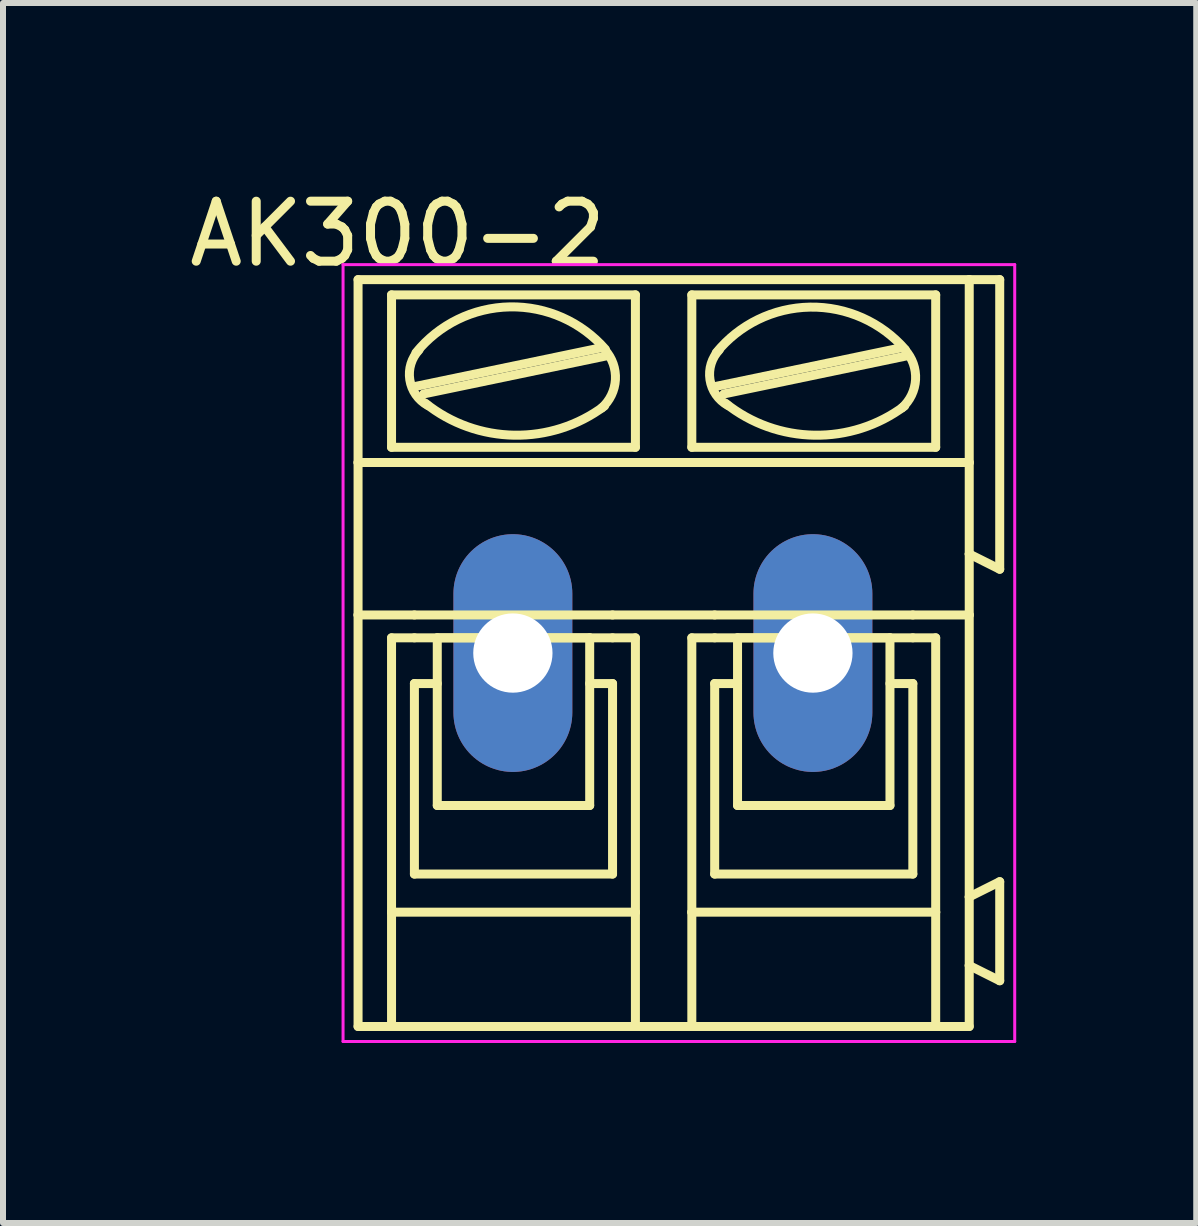
<source format=kicad_pcb>
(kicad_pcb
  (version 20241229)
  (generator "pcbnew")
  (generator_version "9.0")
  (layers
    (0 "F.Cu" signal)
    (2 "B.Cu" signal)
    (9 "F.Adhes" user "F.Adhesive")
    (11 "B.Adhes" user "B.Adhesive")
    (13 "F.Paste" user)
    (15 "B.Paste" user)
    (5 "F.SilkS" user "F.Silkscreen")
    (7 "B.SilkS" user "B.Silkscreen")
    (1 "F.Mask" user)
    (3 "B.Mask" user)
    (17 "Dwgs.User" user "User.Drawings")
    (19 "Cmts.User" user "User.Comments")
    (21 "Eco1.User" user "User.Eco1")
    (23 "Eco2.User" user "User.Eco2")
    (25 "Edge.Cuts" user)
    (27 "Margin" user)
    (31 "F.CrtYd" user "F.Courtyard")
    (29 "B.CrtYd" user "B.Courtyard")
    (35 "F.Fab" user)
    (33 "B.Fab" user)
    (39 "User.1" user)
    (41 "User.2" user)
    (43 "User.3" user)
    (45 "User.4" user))
  (footprint "AK300-2"
    (layer "F.Cu")
    (at 5.497 7.833)
    (property "Reference" "AK300-2" (at -1.92 -6.985 0) (layer "F.SilkS") (effects (font (size 1 1) (thickness 0.15))))
    (attr exclude_from_pos_files exclude_from_bom)
    (fp_line (start -2.58 -3.175) (end -2.58 -6.223) (stroke (width 0.15) (type solid)) (layer "F.SilkS"))
    (fp_line (start -2.58 -3.175) (end 7.605 -3.175) (stroke (width 0.15) (type solid)) (layer "F.SilkS"))
    (fp_line (start -2.58 -0.635) (end -2.58 -3.175) (stroke (width 0.15) (type solid)) (layer "F.SilkS"))
    (fp_line (start -2.58 -0.635) (end -1.641 -0.635) (stroke (width 0.15) (type solid)) (layer "F.SilkS"))
    (fp_line (start -2.58 6.223) (end -2.58 -0.635) (stroke (width 0.15) (type solid)) (layer "F.SilkS"))
    (fp_line (start -2.58 6.223) (end -2.022 6.223) (stroke (width 0.15) (type solid)) (layer "F.SilkS"))
    (fp_line (start -2.022 -3.429) (end -2.022 -5.969) (stroke (width 0.15) (type solid)) (layer "F.SilkS"))
    (fp_line (start -2.022 -0.254) (end -2.022 4.318) (stroke (width 0.15) (type solid)) (layer "F.SilkS"))
    (fp_line (start -2.022 -0.254) (end -1.641 -0.254) (stroke (width 0.15) (type solid)) (layer "F.SilkS"))
    (fp_line (start -2.022 4.318) (end -2.022 6.223) (stroke (width 0.15) (type solid)) (layer "F.SilkS"))
    (fp_line (start -2.022 6.223) (end 2.042 6.223) (stroke (width 0.15) (type solid)) (layer "F.SilkS"))
    (fp_line (start -1.641 -0.635) (end 1.661 -0.635) (stroke (width 0.15) (type solid)) (layer "F.SilkS"))
    (fp_line (start -1.641 0.508) (end -1.26 0.508) (stroke (width 0.15) (type solid)) (layer "F.SilkS"))
    (fp_line (start -1.641 3.683) (end -1.641 0.508) (stroke (width 0.15) (type solid)) (layer "F.SilkS"))
    (fp_line (start -1.615 -4.445) (end 1.435 -5.08) (stroke (width 0.15) (type solid)) (layer "F.SilkS"))
    (fp_line (start -1.488 -4.318) (end 1.56 -4.953) (stroke (width 0.15) (type solid)) (layer "F.SilkS"))
    (fp_line (start -1.26 -0.254) (end 1.28 -0.254) (stroke (width 0.15) (type solid)) (layer "F.SilkS"))
    (fp_line (start -1.26 2.54) (end -1.26 -0.254) (stroke (width 0.15) (type solid)) (layer "F.SilkS"))
    (fp_line (start -1.26 2.54) (end 1.28 2.54) (stroke (width 0.15) (type solid)) (layer "F.SilkS"))
    (fp_line (start 1.28 2.54) (end 1.28 -0.254) (stroke (width 0.15) (type solid)) (layer "F.SilkS"))
    (fp_line (start 1.661 -0.635) (end 3.363 -0.635) (stroke (width 0.15) (type solid)) (layer "F.SilkS"))
    (fp_line (start 1.661 -0.254) (end -1.641 -0.254) (stroke (width 0.15) (type solid)) (layer "F.SilkS"))
    (fp_line (start 1.661 0.508) (end 1.28 0.508) (stroke (width 0.15) (type solid)) (layer "F.SilkS"))
    (fp_line (start 1.661 3.683) (end -1.641 3.683) (stroke (width 0.15) (type solid)) (layer "F.SilkS"))
    (fp_line (start 1.661 3.683) (end 1.661 0.508) (stroke (width 0.15) (type solid)) (layer "F.SilkS"))
    (fp_line (start 2.042 -5.969) (end -2.022 -5.969) (stroke (width 0.15) (type solid)) (layer "F.SilkS"))
    (fp_line (start 2.042 -3.429) (end -2.022 -3.429) (stroke (width 0.15) (type solid)) (layer "F.SilkS"))
    (fp_line (start 2.042 -3.429) (end 2.042 -5.969) (stroke (width 0.15) (type solid)) (layer "F.SilkS"))
    (fp_line (start 2.042 -0.254) (end 1.661 -0.254) (stroke (width 0.15) (type solid)) (layer "F.SilkS"))
    (fp_line (start 2.042 4.318) (end -2.022 4.318) (stroke (width 0.15) (type solid)) (layer "F.SilkS"))
    (fp_line (start 2.042 4.318) (end 2.042 -0.254) (stroke (width 0.15) (type solid)) (layer "F.SilkS"))
    (fp_line (start 2.042 6.223) (end 2.042 4.318) (stroke (width 0.15) (type solid)) (layer "F.SilkS"))
    (fp_line (start 2.042 6.223) (end 2.982 6.223) (stroke (width 0.15) (type solid)) (layer "F.SilkS"))
    (fp_line (start 2.982 -5.969) (end 7.046 -5.969) (stroke (width 0.15) (type solid)) (layer "F.SilkS"))
    (fp_line (start 2.982 -3.429) (end 2.982 -5.969) (stroke (width 0.15) (type solid)) (layer "F.SilkS"))
    (fp_line (start 2.982 -0.254) (end 3.363 -0.254) (stroke (width 0.15) (type solid)) (layer "F.SilkS"))
    (fp_line (start 2.982 4.318) (end 2.982 -0.254) (stroke (width 0.15) (type solid)) (layer "F.SilkS"))
    (fp_line (start 2.982 4.318) (end 7.046 4.318) (stroke (width 0.15) (type solid)) (layer "F.SilkS"))
    (fp_line (start 2.982 6.223) (end 2.982 4.318) (stroke (width 0.15) (type solid)) (layer "F.SilkS"))
    (fp_line (start 2.982 6.223) (end 7.046 6.223) (stroke (width 0.15) (type solid)) (layer "F.SilkS"))
    (fp_line (start 3.363 -0.254) (end 6.665 -0.254) (stroke (width 0.15) (type solid)) (layer "F.SilkS"))
    (fp_line (start 3.363 0.508) (end 3.744 0.508) (stroke (width 0.15) (type solid)) (layer "F.SilkS"))
    (fp_line (start 3.363 3.683) (end 3.363 0.508) (stroke (width 0.15) (type solid)) (layer "F.SilkS"))
    (fp_line (start 3.389 -4.445) (end 6.437 -5.08) (stroke (width 0.15) (type solid)) (layer "F.SilkS"))
    (fp_line (start 3.516 -4.318) (end 6.564 -4.953) (stroke (width 0.15) (type solid)) (layer "F.SilkS"))
    (fp_line (start 3.744 -0.254) (end 6.284 -0.254) (stroke (width 0.15) (type solid)) (layer "F.SilkS"))
    (fp_line (start 3.744 2.54) (end 3.744 -0.254) (stroke (width 0.15) (type solid)) (layer "F.SilkS"))
    (fp_line (start 3.744 2.54) (end 6.284 2.54) (stroke (width 0.15) (type solid)) (layer "F.SilkS"))
    (fp_line (start 6.284 2.54) (end 6.284 -0.254) (stroke (width 0.15) (type solid)) (layer "F.SilkS"))
    (fp_line (start 6.665 -0.635) (end 3.363 -0.635) (stroke (width 0.15) (type solid)) (layer "F.SilkS"))
    (fp_line (start 6.665 0.508) (end 6.284 0.508) (stroke (width 0.15) (type solid)) (layer "F.SilkS"))
    (fp_line (start 6.665 3.683) (end 3.363 3.683) (stroke (width 0.15) (type solid)) (layer "F.SilkS"))
    (fp_line (start 6.665 3.683) (end 6.665 0.508) (stroke (width 0.15) (type solid)) (layer "F.SilkS"))
    (fp_line (start 7.046 -5.969) (end 7.046 -3.429) (stroke (width 0.15) (type solid)) (layer "F.SilkS"))
    (fp_line (start 7.046 -3.429) (end 2.982 -3.429) (stroke (width 0.15) (type solid)) (layer "F.SilkS"))
    (fp_line (start 7.046 -0.254) (end 6.665 -0.254) (stroke (width 0.15) (type solid)) (layer "F.SilkS"))
    (fp_line (start 7.046 -0.254) (end 7.046 4.318) (stroke (width 0.15) (type solid)) (layer "F.SilkS"))
    (fp_line (start 7.046 4.318) (end 7.046 6.223) (stroke (width 0.15) (type solid)) (layer "F.SilkS"))
    (fp_line (start 7.046 6.223) (end 7.605 6.223) (stroke (width 0.15) (type solid)) (layer "F.SilkS"))
    (fp_line (start 7.605 -6.223) (end -2.58 -6.223) (stroke (width 0.15) (type solid)) (layer "F.SilkS"))
    (fp_line (start 7.605 -6.223) (end 7.605 -3.175) (stroke (width 0.15) (type solid)) (layer "F.SilkS"))
    (fp_line (start 7.605 -6.223) (end 8.113 -6.223) (stroke (width 0.15) (type solid)) (layer "F.SilkS"))
    (fp_line (start 7.605 -3.175) (end 7.605 -1.651) (stroke (width 0.15) (type solid)) (layer "F.SilkS"))
    (fp_line (start 7.605 -1.651) (end 7.605 -0.635) (stroke (width 0.15) (type solid)) (layer "F.SilkS"))
    (fp_line (start 7.605 -0.635) (end 6.665 -0.635) (stroke (width 0.15) (type solid)) (layer "F.SilkS"))
    (fp_line (start 7.605 -0.635) (end 7.605 4.064) (stroke (width 0.15) (type solid)) (layer "F.SilkS"))
    (fp_line (start 7.605 4.064) (end 7.605 5.207) (stroke (width 0.15) (type solid)) (layer "F.SilkS"))
    (fp_line (start 7.605 5.207) (end 7.605 6.223) (stroke (width 0.15) (type solid)) (layer "F.SilkS"))
    (fp_line (start 8.113 -6.223) (end 8.113 -1.397) (stroke (width 0.15) (type solid)) (layer "F.SilkS"))
    (fp_line (start 8.113 -1.397) (end 7.605 -1.651) (stroke (width 0.15) (type solid)) (layer "F.SilkS"))
    (fp_line (start 8.113 3.81) (end 7.605 4.064) (stroke (width 0.15) (type solid)) (layer "F.SilkS"))
    (fp_line (start 8.113 3.81) (end 8.113 5.461) (stroke (width 0.15) (type solid)) (layer "F.SilkS"))
    (fp_line (start 8.113 5.461) (end 7.605 5.207) (stroke (width 0.15) (type solid)) (layer "F.SilkS"))
    (fp_arc (start -1.6152 -5.0038) (mid -0.050347 -5.768837) (end 1.541573 -5.061847) (stroke (width 0.15) (type solid)) (layer "F.SilkS"))
    (fp_arc (start -1.41962 -4.1275) (mid -1.717784 -4.553845) (end -1.56452 -5.051019) (stroke (width 0.15) (type solid)) (layer "F.SilkS"))
    (fp_arc (start 1.52678 -4.11734) (mid 0.024731 -3.630479) (end -1.460988 -4.165104) (stroke (width 0.15) (type solid)) (layer "F.SilkS"))
    (fp_arc (start 1.5344 -5.05206) (mid 1.708736 -4.555962) (end 1.47915 -4.08289) (stroke (width 0.15) (type solid)) (layer "F.SilkS"))
    (fp_arc (start 3.3886 -5.0038) (mid 4.951638 -5.764946) (end 6.539411 -5.056844) (stroke (width 0.15) (type solid)) (layer "F.SilkS"))
    (fp_arc (start 3.58164 -4.1275) (mid 3.284456 -4.555849) (end 3.439903 -5.053481) (stroke (width 0.15) (type solid)) (layer "F.SilkS"))
    (fp_arc (start 6.52804 -4.11734) (mid 5.025991 -3.630479) (end 3.540272 -4.165104) (stroke (width 0.15) (type solid)) (layer "F.SilkS"))
    (fp_arc (start 6.53566 -5.05206) (mid 6.710748 -4.557765) (end 6.482972 -4.085429) (stroke (width 0.15) (type solid)) (layer "F.SilkS"))
    (fp_line (start -2.83 -6.473) (end -2.83 6.473) (stroke (width 0.05) (type solid)) (layer "F.CrtYd"))
    (fp_line (start -2.83 6.473) (end 8.363 6.473) (stroke (width 0.05) (type solid)) (layer "F.CrtYd"))
    (fp_line (start 8.363 -6.473) (end -2.83 -6.473) (stroke (width 0.05) (type solid)) (layer "F.CrtYd"))
    (fp_line (start 8.363 6.473) (end 8.363 -6.473) (stroke (width 0.05) (type solid)) (layer "F.CrtYd"))
    (pad "1" thru_hole oval (at 0 0) (size 1.981 3.962) (drill 1.321) (layers "*.Cu" "*.Mask"))
    (pad "2" thru_hole oval (at 5 0) (size 1.981 3.962) (drill 1.321) (layers "*.Cu" "*.Mask")))
  (gr_rect
    (start -3 -3)
    (end 16.885 17.331)
    (stroke (width 0.1) (type default))
    (fill no)
    (layer "Edge.Cuts")))
</source>
